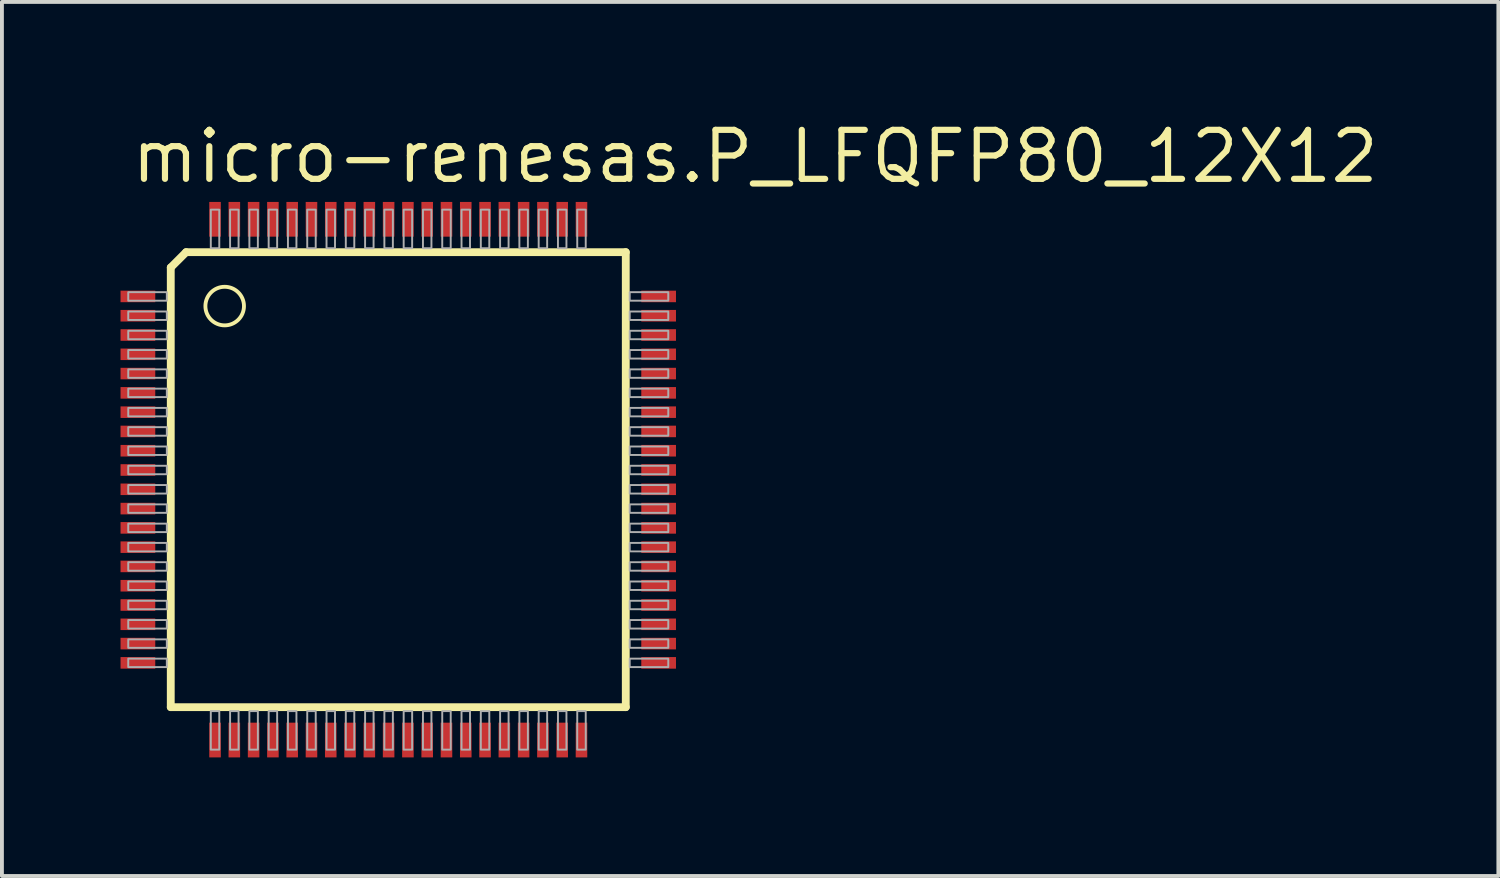
<source format=kicad_pcb>
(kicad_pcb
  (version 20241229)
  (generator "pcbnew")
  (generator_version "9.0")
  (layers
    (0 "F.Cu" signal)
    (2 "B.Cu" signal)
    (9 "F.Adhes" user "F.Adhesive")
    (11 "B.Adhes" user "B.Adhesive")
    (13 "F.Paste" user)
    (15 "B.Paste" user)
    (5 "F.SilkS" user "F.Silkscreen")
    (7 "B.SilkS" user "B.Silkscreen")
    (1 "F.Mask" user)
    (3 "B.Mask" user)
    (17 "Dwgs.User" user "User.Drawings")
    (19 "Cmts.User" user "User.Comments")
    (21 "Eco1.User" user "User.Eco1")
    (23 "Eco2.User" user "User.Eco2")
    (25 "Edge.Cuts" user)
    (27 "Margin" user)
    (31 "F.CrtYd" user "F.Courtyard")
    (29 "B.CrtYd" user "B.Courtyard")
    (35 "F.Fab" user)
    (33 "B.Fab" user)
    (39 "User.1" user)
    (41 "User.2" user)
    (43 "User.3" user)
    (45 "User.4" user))
  (footprint "micro-renesas.P_LFQFP80_12X12"
    (layer "F.Cu")
    (at 7.275 9.385)
    (property "Reference" "micro-renesas.P_LFQFP80_12X12" (at -7 -7.635 0) (layer "F.SilkS") (effects (font (size 1.27 1.27) (thickness 0.16)) (justify left bottom)))
    (attr smd)
    (fp_rect (start -7.25 -4.575) (end -6.25 -4.925) (stroke (width 0.05) (type default)) (fill yes) (layer "F.Mask"))
    (fp_rect (start -7.25 -4.075) (end -6.25 -4.425) (stroke (width 0.05) (type default)) (fill yes) (layer "F.Mask"))
    (fp_rect (start -7.25 -3.575) (end -6.25 -3.925) (stroke (width 0.05) (type default)) (fill yes) (layer "F.Mask"))
    (fp_rect (start -7.25 -3.075) (end -6.25 -3.425) (stroke (width 0.05) (type default)) (fill yes) (layer "F.Mask"))
    (fp_rect (start -7.25 -2.575) (end -6.25 -2.925) (stroke (width 0.05) (type default)) (fill yes) (layer "F.Mask"))
    (fp_rect (start -7.25 -2.075) (end -6.25 -2.425) (stroke (width 0.05) (type default)) (fill yes) (layer "F.Mask"))
    (fp_rect (start -7.25 -1.575) (end -6.25 -1.925) (stroke (width 0.05) (type default)) (fill yes) (layer "F.Mask"))
    (fp_rect (start -7.25 -1.075) (end -6.25 -1.425) (stroke (width 0.05) (type default)) (fill yes) (layer "F.Mask"))
    (fp_rect (start -7.25 -0.575) (end -6.25 -0.925) (stroke (width 0.05) (type default)) (fill yes) (layer "F.Mask"))
    (fp_rect (start -7.25 -0.075) (end -6.25 -0.425) (stroke (width 0.05) (type default)) (fill yes) (layer "F.Mask"))
    (fp_rect (start -7.25 0.425) (end -6.25 0.075) (stroke (width 0.05) (type default)) (fill yes) (layer "F.Mask"))
    (fp_rect (start -7.25 0.925) (end -6.25 0.575) (stroke (width 0.05) (type default)) (fill yes) (layer "F.Mask"))
    (fp_rect (start -7.25 1.425) (end -6.25 1.075) (stroke (width 0.05) (type default)) (fill yes) (layer "F.Mask"))
    (fp_rect (start -7.25 1.925) (end -6.25 1.575) (stroke (width 0.05) (type default)) (fill yes) (layer "F.Mask"))
    (fp_rect (start -7.25 2.425) (end -6.25 2.075) (stroke (width 0.05) (type default)) (fill yes) (layer "F.Mask"))
    (fp_rect (start -7.25 2.925) (end -6.25 2.575) (stroke (width 0.05) (type default)) (fill yes) (layer "F.Mask"))
    (fp_rect (start -7.25 3.425) (end -6.25 3.075) (stroke (width 0.05) (type default)) (fill yes) (layer "F.Mask"))
    (fp_rect (start -7.25 3.925) (end -6.25 3.575) (stroke (width 0.05) (type default)) (fill yes) (layer "F.Mask"))
    (fp_rect (start -7.25 4.425) (end -6.25 4.075) (stroke (width 0.05) (type default)) (fill yes) (layer "F.Mask"))
    (fp_rect (start -7.25 4.925) (end -6.25 4.575) (stroke (width 0.05) (type default)) (fill yes) (layer "F.Mask"))
    (fp_rect (start -4.925 -6.25) (end -4.575 -7.25) (stroke (width 0.05) (type default)) (fill yes) (layer "F.Mask"))
    (fp_rect (start -4.925 7.25) (end -4.575 6.25) (stroke (width 0.05) (type default)) (fill yes) (layer "F.Mask"))
    (fp_rect (start -4.425 -6.25) (end -4.075 -7.25) (stroke (width 0.05) (type default)) (fill yes) (layer "F.Mask"))
    (fp_rect (start -4.425 7.25) (end -4.075 6.25) (stroke (width 0.05) (type default)) (fill yes) (layer "F.Mask"))
    (fp_rect (start -3.925 -6.25) (end -3.575 -7.25) (stroke (width 0.05) (type default)) (fill yes) (layer "F.Mask"))
    (fp_rect (start -3.925 7.25) (end -3.575 6.25) (stroke (width 0.05) (type default)) (fill yes) (layer "F.Mask"))
    (fp_rect (start -3.425 -6.25) (end -3.075 -7.25) (stroke (width 0.05) (type default)) (fill yes) (layer "F.Mask"))
    (fp_rect (start -3.425 7.25) (end -3.075 6.25) (stroke (width 0.05) (type default)) (fill yes) (layer "F.Mask"))
    (fp_rect (start -2.925 -6.25) (end -2.575 -7.25) (stroke (width 0.05) (type default)) (fill yes) (layer "F.Mask"))
    (fp_rect (start -2.925 7.25) (end -2.575 6.25) (stroke (width 0.05) (type default)) (fill yes) (layer "F.Mask"))
    (fp_rect (start -2.425 -6.25) (end -2.075 -7.25) (stroke (width 0.05) (type default)) (fill yes) (layer "F.Mask"))
    (fp_rect (start -2.425 7.25) (end -2.075 6.25) (stroke (width 0.05) (type default)) (fill yes) (layer "F.Mask"))
    (fp_rect (start -1.925 -6.25) (end -1.575 -7.25) (stroke (width 0.05) (type default)) (fill yes) (layer "F.Mask"))
    (fp_rect (start -1.925 7.25) (end -1.575 6.25) (stroke (width 0.05) (type default)) (fill yes) (layer "F.Mask"))
    (fp_rect (start -1.425 -6.25) (end -1.075 -7.25) (stroke (width 0.05) (type default)) (fill yes) (layer "F.Mask"))
    (fp_rect (start -1.425 7.25) (end -1.075 6.25) (stroke (width 0.05) (type default)) (fill yes) (layer "F.Mask"))
    (fp_rect (start -0.925 -6.25) (end -0.575 -7.25) (stroke (width 0.05) (type default)) (fill yes) (layer "F.Mask"))
    (fp_rect (start -0.925 7.25) (end -0.575 6.25) (stroke (width 0.05) (type default)) (fill yes) (layer "F.Mask"))
    (fp_rect (start -0.425 -6.25) (end -0.075 -7.25) (stroke (width 0.05) (type default)) (fill yes) (layer "F.Mask"))
    (fp_rect (start -0.425 7.25) (end -0.075 6.25) (stroke (width 0.05) (type default)) (fill yes) (layer "F.Mask"))
    (fp_rect (start 0.075 -6.25) (end 0.425 -7.25) (stroke (width 0.05) (type default)) (fill yes) (layer "F.Mask"))
    (fp_rect (start 0.075 7.25) (end 0.425 6.25) (stroke (width 0.05) (type default)) (fill yes) (layer "F.Mask"))
    (fp_rect (start 0.575 -6.25) (end 0.925 -7.25) (stroke (width 0.05) (type default)) (fill yes) (layer "F.Mask"))
    (fp_rect (start 0.575 7.25) (end 0.925 6.25) (stroke (width 0.05) (type default)) (fill yes) (layer "F.Mask"))
    (fp_rect (start 1.075 -6.25) (end 1.425 -7.25) (stroke (width 0.05) (type default)) (fill yes) (layer "F.Mask"))
    (fp_rect (start 1.075 7.25) (end 1.425 6.25) (stroke (width 0.05) (type default)) (fill yes) (layer "F.Mask"))
    (fp_rect (start 1.575 -6.25) (end 1.925 -7.25) (stroke (width 0.05) (type default)) (fill yes) (layer "F.Mask"))
    (fp_rect (start 1.575 7.25) (end 1.925 6.25) (stroke (width 0.05) (type default)) (fill yes) (layer "F.Mask"))
    (fp_rect (start 2.075 -6.25) (end 2.425 -7.25) (stroke (width 0.05) (type default)) (fill yes) (layer "F.Mask"))
    (fp_rect (start 2.075 7.25) (end 2.425 6.25) (stroke (width 0.05) (type default)) (fill yes) (layer "F.Mask"))
    (fp_rect (start 2.575 -6.25) (end 2.925 -7.25) (stroke (width 0.05) (type default)) (fill yes) (layer "F.Mask"))
    (fp_rect (start 2.575 7.25) (end 2.925 6.25) (stroke (width 0.05) (type default)) (fill yes) (layer "F.Mask"))
    (fp_rect (start 3.075 -6.25) (end 3.425 -7.25) (stroke (width 0.05) (type default)) (fill yes) (layer "F.Mask"))
    (fp_rect (start 3.075 7.25) (end 3.425 6.25) (stroke (width 0.05) (type default)) (fill yes) (layer "F.Mask"))
    (fp_rect (start 3.575 -6.25) (end 3.925 -7.25) (stroke (width 0.05) (type default)) (fill yes) (layer "F.Mask"))
    (fp_rect (start 3.575 7.25) (end 3.925 6.25) (stroke (width 0.05) (type default)) (fill yes) (layer "F.Mask"))
    (fp_rect (start 4.075 -6.25) (end 4.425 -7.25) (stroke (width 0.05) (type default)) (fill yes) (layer "F.Mask"))
    (fp_rect (start 4.075 7.25) (end 4.425 6.25) (stroke (width 0.05) (type default)) (fill yes) (layer "F.Mask"))
    (fp_rect (start 4.575 -6.25) (end 4.925 -7.25) (stroke (width 0.05) (type default)) (fill yes) (layer "F.Mask"))
    (fp_rect (start 4.575 7.25) (end 4.925 6.25) (stroke (width 0.05) (type default)) (fill yes) (layer "F.Mask"))
    (fp_rect (start 6.25 -4.575) (end 7.25 -4.925) (stroke (width 0.05) (type default)) (fill yes) (layer "F.Mask"))
    (fp_rect (start 6.25 -4.075) (end 7.25 -4.425) (stroke (width 0.05) (type default)) (fill yes) (layer "F.Mask"))
    (fp_rect (start 6.25 -3.575) (end 7.25 -3.925) (stroke (width 0.05) (type default)) (fill yes) (layer "F.Mask"))
    (fp_rect (start 6.25 -3.075) (end 7.25 -3.425) (stroke (width 0.05) (type default)) (fill yes) (layer "F.Mask"))
    (fp_rect (start 6.25 -2.575) (end 7.25 -2.925) (stroke (width 0.05) (type default)) (fill yes) (layer "F.Mask"))
    (fp_rect (start 6.25 -2.075) (end 7.25 -2.425) (stroke (width 0.05) (type default)) (fill yes) (layer "F.Mask"))
    (fp_rect (start 6.25 -1.575) (end 7.25 -1.925) (stroke (width 0.05) (type default)) (fill yes) (layer "F.Mask"))
    (fp_rect (start 6.25 -1.075) (end 7.25 -1.425) (stroke (width 0.05) (type default)) (fill yes) (layer "F.Mask"))
    (fp_rect (start 6.25 -0.575) (end 7.25 -0.925) (stroke (width 0.05) (type default)) (fill yes) (layer "F.Mask"))
    (fp_rect (start 6.25 -0.075) (end 7.25 -0.425) (stroke (width 0.05) (type default)) (fill yes) (layer "F.Mask"))
    (fp_rect (start 6.25 0.425) (end 7.25 0.075) (stroke (width 0.05) (type default)) (fill yes) (layer "F.Mask"))
    (fp_rect (start 6.25 0.925) (end 7.25 0.575) (stroke (width 0.05) (type default)) (fill yes) (layer "F.Mask"))
    (fp_rect (start 6.25 1.425) (end 7.25 1.075) (stroke (width 0.05) (type default)) (fill yes) (layer "F.Mask"))
    (fp_rect (start 6.25 1.925) (end 7.25 1.575) (stroke (width 0.05) (type default)) (fill yes) (layer "F.Mask"))
    (fp_rect (start 6.25 2.425) (end 7.25 2.075) (stroke (width 0.05) (type default)) (fill yes) (layer "F.Mask"))
    (fp_rect (start 6.25 2.925) (end 7.25 2.575) (stroke (width 0.05) (type default)) (fill yes) (layer "F.Mask"))
    (fp_rect (start 6.25 3.425) (end 7.25 3.075) (stroke (width 0.05) (type default)) (fill yes) (layer "F.Mask"))
    (fp_rect (start 6.25 3.925) (end 7.25 3.575) (stroke (width 0.05) (type default)) (fill yes) (layer "F.Mask"))
    (fp_rect (start 6.25 4.425) (end 7.25 4.075) (stroke (width 0.05) (type default)) (fill yes) (layer "F.Mask"))
    (fp_rect (start 6.25 4.925) (end 7.25 4.575) (stroke (width 0.05) (type default)) (fill yes) (layer "F.Mask"))
    (fp_line (start -5.898 -5.5) (end -5.898 5.898) (stroke (width 0.203) (type default)) (layer "F.SilkS"))
    (fp_line (start -5.898 -5.5) (end -5.5 -5.898) (stroke (width 0.203) (type default)) (layer "F.SilkS"))
    (fp_line (start -5.898 5.898) (end 5.898 5.898) (stroke (width 0.203) (type default)) (layer "F.SilkS"))
    (fp_line (start 5.898 -5.898) (end -5.5 -5.898) (stroke (width 0.203) (type default)) (layer "F.SilkS"))
    (fp_line (start 5.898 5.898) (end 5.898 -5.898) (stroke (width 0.203) (type default)) (layer "F.SilkS"))
    (fp_circle (center -4.5 -4.5) (end -4 -4.5) (stroke (width 0.1) (type default)) (fill no) (layer "F.SilkS"))
    (fp_rect (start -7.175 -4.612) (end -6.325 -4.888) (stroke (width 0.05) (type default)) (fill yes) (layer "F.Paste"))
    (fp_rect (start -7.175 -4.112) (end -6.325 -4.388) (stroke (width 0.05) (type default)) (fill yes) (layer "F.Paste"))
    (fp_rect (start -7.175 -3.612) (end -6.325 -3.888) (stroke (width 0.05) (type default)) (fill yes) (layer "F.Paste"))
    (fp_rect (start -7.175 -3.112) (end -6.325 -3.388) (stroke (width 0.05) (type default)) (fill yes) (layer "F.Paste"))
    (fp_rect (start -7.175 -2.612) (end -6.325 -2.888) (stroke (width 0.05) (type default)) (fill yes) (layer "F.Paste"))
    (fp_rect (start -7.175 -2.112) (end -6.325 -2.388) (stroke (width 0.05) (type default)) (fill yes) (layer "F.Paste"))
    (fp_rect (start -7.175 -1.613) (end -6.325 -1.887) (stroke (width 0.05) (type default)) (fill yes) (layer "F.Paste"))
    (fp_rect (start -7.175 -1.113) (end -6.325 -1.387) (stroke (width 0.05) (type default)) (fill yes) (layer "F.Paste"))
    (fp_rect (start -7.175 -0.613) (end -6.325 -0.887) (stroke (width 0.05) (type default)) (fill yes) (layer "F.Paste"))
    (fp_rect (start -7.175 -0.113) (end -6.325 -0.388) (stroke (width 0.05) (type default)) (fill yes) (layer "F.Paste"))
    (fp_rect (start -7.175 0.388) (end -6.325 0.113) (stroke (width 0.05) (type default)) (fill yes) (layer "F.Paste"))
    (fp_rect (start -7.175 0.887) (end -6.325 0.613) (stroke (width 0.05) (type default)) (fill yes) (layer "F.Paste"))
    (fp_rect (start -7.175 1.387) (end -6.325 1.113) (stroke (width 0.05) (type default)) (fill yes) (layer "F.Paste"))
    (fp_rect (start -7.175 1.887) (end -6.325 1.613) (stroke (width 0.05) (type default)) (fill yes) (layer "F.Paste"))
    (fp_rect (start -7.175 2.388) (end -6.325 2.112) (stroke (width 0.05) (type default)) (fill yes) (layer "F.Paste"))
    (fp_rect (start -7.175 2.888) (end -6.325 2.612) (stroke (width 0.05) (type default)) (fill yes) (layer "F.Paste"))
    (fp_rect (start -7.175 3.388) (end -6.325 3.112) (stroke (width 0.05) (type default)) (fill yes) (layer "F.Paste"))
    (fp_rect (start -7.175 3.888) (end -6.325 3.612) (stroke (width 0.05) (type default)) (fill yes) (layer "F.Paste"))
    (fp_rect (start -7.175 4.388) (end -6.325 4.112) (stroke (width 0.05) (type default)) (fill yes) (layer "F.Paste"))
    (fp_rect (start -7.175 4.888) (end -6.325 4.612) (stroke (width 0.05) (type default)) (fill yes) (layer "F.Paste"))
    (fp_rect (start -4.888 -6.325) (end -4.612 -7.175) (stroke (width 0.05) (type default)) (fill yes) (layer "F.Paste"))
    (fp_rect (start -4.888 7.175) (end -4.612 6.325) (stroke (width 0.05) (type default)) (fill yes) (layer "F.Paste"))
    (fp_rect (start -4.388 -6.325) (end -4.112 -7.175) (stroke (width 0.05) (type default)) (fill yes) (layer "F.Paste"))
    (fp_rect (start -4.388 7.175) (end -4.112 6.325) (stroke (width 0.05) (type default)) (fill yes) (layer "F.Paste"))
    (fp_rect (start -3.888 -6.325) (end -3.612 -7.175) (stroke (width 0.05) (type default)) (fill yes) (layer "F.Paste"))
    (fp_rect (start -3.888 7.175) (end -3.612 6.325) (stroke (width 0.05) (type default)) (fill yes) (layer "F.Paste"))
    (fp_rect (start -3.388 -6.325) (end -3.112 -7.175) (stroke (width 0.05) (type default)) (fill yes) (layer "F.Paste"))
    (fp_rect (start -3.388 7.175) (end -3.112 6.325) (stroke (width 0.05) (type default)) (fill yes) (layer "F.Paste"))
    (fp_rect (start -2.888 -6.325) (end -2.612 -7.175) (stroke (width 0.05) (type default)) (fill yes) (layer "F.Paste"))
    (fp_rect (start -2.888 7.175) (end -2.612 6.325) (stroke (width 0.05) (type default)) (fill yes) (layer "F.Paste"))
    (fp_rect (start -2.388 -6.325) (end -2.112 -7.175) (stroke (width 0.05) (type default)) (fill yes) (layer "F.Paste"))
    (fp_rect (start -2.388 7.175) (end -2.112 6.325) (stroke (width 0.05) (type default)) (fill yes) (layer "F.Paste"))
    (fp_rect (start -1.887 -6.325) (end -1.613 -7.175) (stroke (width 0.05) (type default)) (fill yes) (layer "F.Paste"))
    (fp_rect (start -1.887 7.175) (end -1.613 6.325) (stroke (width 0.05) (type default)) (fill yes) (layer "F.Paste"))
    (fp_rect (start -1.387 -6.325) (end -1.113 -7.175) (stroke (width 0.05) (type default)) (fill yes) (layer "F.Paste"))
    (fp_rect (start -1.387 7.175) (end -1.113 6.325) (stroke (width 0.05) (type default)) (fill yes) (layer "F.Paste"))
    (fp_rect (start -0.887 -6.325) (end -0.613 -7.175) (stroke (width 0.05) (type default)) (fill yes) (layer "F.Paste"))
    (fp_rect (start -0.887 7.175) (end -0.613 6.325) (stroke (width 0.05) (type default)) (fill yes) (layer "F.Paste"))
    (fp_rect (start -0.388 -6.325) (end -0.113 -7.175) (stroke (width 0.05) (type default)) (fill yes) (layer "F.Paste"))
    (fp_rect (start -0.388 7.175) (end -0.113 6.325) (stroke (width 0.05) (type default)) (fill yes) (layer "F.Paste"))
    (fp_rect (start 0.113 -6.325) (end 0.388 -7.175) (stroke (width 0.05) (type default)) (fill yes) (layer "F.Paste"))
    (fp_rect (start 0.113 7.175) (end 0.388 6.325) (stroke (width 0.05) (type default)) (fill yes) (layer "F.Paste"))
    (fp_rect (start 0.613 -6.325) (end 0.887 -7.175) (stroke (width 0.05) (type default)) (fill yes) (layer "F.Paste"))
    (fp_rect (start 0.613 7.175) (end 0.887 6.325) (stroke (width 0.05) (type default)) (fill yes) (layer "F.Paste"))
    (fp_rect (start 1.113 -6.325) (end 1.387 -7.175) (stroke (width 0.05) (type default)) (fill yes) (layer "F.Paste"))
    (fp_rect (start 1.113 7.175) (end 1.387 6.325) (stroke (width 0.05) (type default)) (fill yes) (layer "F.Paste"))
    (fp_rect (start 1.613 -6.325) (end 1.887 -7.175) (stroke (width 0.05) (type default)) (fill yes) (layer "F.Paste"))
    (fp_rect (start 1.613 7.175) (end 1.887 6.325) (stroke (width 0.05) (type default)) (fill yes) (layer "F.Paste"))
    (fp_rect (start 2.112 -6.325) (end 2.388 -7.175) (stroke (width 0.05) (type default)) (fill yes) (layer "F.Paste"))
    (fp_rect (start 2.112 7.175) (end 2.388 6.325) (stroke (width 0.05) (type default)) (fill yes) (layer "F.Paste"))
    (fp_rect (start 2.612 -6.325) (end 2.888 -7.175) (stroke (width 0.05) (type default)) (fill yes) (layer "F.Paste"))
    (fp_rect (start 2.612 7.175) (end 2.888 6.325) (stroke (width 0.05) (type default)) (fill yes) (layer "F.Paste"))
    (fp_rect (start 3.112 -6.325) (end 3.388 -7.175) (stroke (width 0.05) (type default)) (fill yes) (layer "F.Paste"))
    (fp_rect (start 3.112 7.175) (end 3.388 6.325) (stroke (width 0.05) (type default)) (fill yes) (layer "F.Paste"))
    (fp_rect (start 3.612 -6.325) (end 3.888 -7.175) (stroke (width 0.05) (type default)) (fill yes) (layer "F.Paste"))
    (fp_rect (start 3.612 7.175) (end 3.888 6.325) (stroke (width 0.05) (type default)) (fill yes) (layer "F.Paste"))
    (fp_rect (start 4.112 -6.325) (end 4.388 -7.175) (stroke (width 0.05) (type default)) (fill yes) (layer "F.Paste"))
    (fp_rect (start 4.112 7.175) (end 4.388 6.325) (stroke (width 0.05) (type default)) (fill yes) (layer "F.Paste"))
    (fp_rect (start 4.612 -6.325) (end 4.888 -7.175) (stroke (width 0.05) (type default)) (fill yes) (layer "F.Paste"))
    (fp_rect (start 4.612 7.175) (end 4.888 6.325) (stroke (width 0.05) (type default)) (fill yes) (layer "F.Paste"))
    (fp_rect (start 6.325 -4.612) (end 7.175 -4.888) (stroke (width 0.05) (type default)) (fill yes) (layer "F.Paste"))
    (fp_rect (start 6.325 -4.112) (end 7.175 -4.388) (stroke (width 0.05) (type default)) (fill yes) (layer "F.Paste"))
    (fp_rect (start 6.325 -3.612) (end 7.175 -3.888) (stroke (width 0.05) (type default)) (fill yes) (layer "F.Paste"))
    (fp_rect (start 6.325 -3.112) (end 7.175 -3.388) (stroke (width 0.05) (type default)) (fill yes) (layer "F.Paste"))
    (fp_rect (start 6.325 -2.612) (end 7.175 -2.888) (stroke (width 0.05) (type default)) (fill yes) (layer "F.Paste"))
    (fp_rect (start 6.325 -2.112) (end 7.175 -2.388) (stroke (width 0.05) (type default)) (fill yes) (layer "F.Paste"))
    (fp_rect (start 6.325 -1.613) (end 7.175 -1.887) (stroke (width 0.05) (type default)) (fill yes) (layer "F.Paste"))
    (fp_rect (start 6.325 -1.113) (end 7.175 -1.387) (stroke (width 0.05) (type default)) (fill yes) (layer "F.Paste"))
    (fp_rect (start 6.325 -0.613) (end 7.175 -0.887) (stroke (width 0.05) (type default)) (fill yes) (layer "F.Paste"))
    (fp_rect (start 6.325 -0.113) (end 7.175 -0.388) (stroke (width 0.05) (type default)) (fill yes) (layer "F.Paste"))
    (fp_rect (start 6.325 0.388) (end 7.175 0.113) (stroke (width 0.05) (type default)) (fill yes) (layer "F.Paste"))
    (fp_rect (start 6.325 0.887) (end 7.175 0.613) (stroke (width 0.05) (type default)) (fill yes) (layer "F.Paste"))
    (fp_rect (start 6.325 1.387) (end 7.175 1.113) (stroke (width 0.05) (type default)) (fill yes) (layer "F.Paste"))
    (fp_rect (start 6.325 1.887) (end 7.175 1.613) (stroke (width 0.05) (type default)) (fill yes) (layer "F.Paste"))
    (fp_rect (start 6.325 2.388) (end 7.175 2.112) (stroke (width 0.05) (type default)) (fill yes) (layer "F.Paste"))
    (fp_rect (start 6.325 2.888) (end 7.175 2.612) (stroke (width 0.05) (type default)) (fill yes) (layer "F.Paste"))
    (fp_rect (start 6.325 3.388) (end 7.175 3.112) (stroke (width 0.05) (type default)) (fill yes) (layer "F.Paste"))
    (fp_rect (start 6.325 3.888) (end 7.175 3.612) (stroke (width 0.05) (type default)) (fill yes) (layer "F.Paste"))
    (fp_rect (start 6.325 4.388) (end 7.175 4.112) (stroke (width 0.05) (type default)) (fill yes) (layer "F.Paste"))
    (fp_rect (start 6.325 4.888) (end 7.175 4.612) (stroke (width 0.05) (type default)) (fill yes) (layer "F.Paste"))
    (fp_rect (start -7 -4.64) (end -6 -4.86) (stroke (width 0.05) (type default)) (fill no) (layer "F.Fab"))
    (fp_rect (start -7 -4.14) (end -6 -4.36) (stroke (width 0.05) (type default)) (fill no) (layer "F.Fab"))
    (fp_rect (start -7 -3.64) (end -6 -3.86) (stroke (width 0.05) (type default)) (fill no) (layer "F.Fab"))
    (fp_rect (start -7 -3.14) (end -6 -3.36) (stroke (width 0.05) (type default)) (fill no) (layer "F.Fab"))
    (fp_rect (start -7 -2.64) (end -6 -2.86) (stroke (width 0.05) (type default)) (fill no) (layer "F.Fab"))
    (fp_rect (start -7 -2.14) (end -6 -2.36) (stroke (width 0.05) (type default)) (fill no) (layer "F.Fab"))
    (fp_rect (start -7 -1.64) (end -6 -1.86) (stroke (width 0.05) (type default)) (fill no) (layer "F.Fab"))
    (fp_rect (start -7 -1.14) (end -6 -1.36) (stroke (width 0.05) (type default)) (fill no) (layer "F.Fab"))
    (fp_rect (start -7 -0.64) (end -6 -0.86) (stroke (width 0.05) (type default)) (fill no) (layer "F.Fab"))
    (fp_rect (start -7 -0.14) (end -6 -0.36) (stroke (width 0.05) (type default)) (fill no) (layer "F.Fab"))
    (fp_rect (start -7 0.36) (end -6 0.14) (stroke (width 0.05) (type default)) (fill no) (layer "F.Fab"))
    (fp_rect (start -7 0.86) (end -6 0.64) (stroke (width 0.05) (type default)) (fill no) (layer "F.Fab"))
    (fp_rect (start -7 1.36) (end -6 1.14) (stroke (width 0.05) (type default)) (fill no) (layer "F.Fab"))
    (fp_rect (start -7 1.86) (end -6 1.64) (stroke (width 0.05) (type default)) (fill no) (layer "F.Fab"))
    (fp_rect (start -7 2.36) (end -6 2.14) (stroke (width 0.05) (type default)) (fill no) (layer "F.Fab"))
    (fp_rect (start -7 2.86) (end -6 2.64) (stroke (width 0.05) (type default)) (fill no) (layer "F.Fab"))
    (fp_rect (start -7 3.36) (end -6 3.14) (stroke (width 0.05) (type default)) (fill no) (layer "F.Fab"))
    (fp_rect (start -7 3.86) (end -6 3.64) (stroke (width 0.05) (type default)) (fill no) (layer "F.Fab"))
    (fp_rect (start -7 4.36) (end -6 4.14) (stroke (width 0.05) (type default)) (fill no) (layer "F.Fab"))
    (fp_rect (start -7 4.86) (end -6 4.64) (stroke (width 0.05) (type default)) (fill no) (layer "F.Fab"))
    (fp_rect (start -4.86 -6) (end -4.64 -7) (stroke (width 0.05) (type default)) (fill no) (layer "F.Fab"))
    (fp_rect (start -4.86 7) (end -4.64 6) (stroke (width 0.05) (type default)) (fill no) (layer "F.Fab"))
    (fp_rect (start -4.36 -6) (end -4.14 -7) (stroke (width 0.05) (type default)) (fill no) (layer "F.Fab"))
    (fp_rect (start -4.36 7) (end -4.14 6) (stroke (width 0.05) (type default)) (fill no) (layer "F.Fab"))
    (fp_rect (start -3.86 -6) (end -3.64 -7) (stroke (width 0.05) (type default)) (fill no) (layer "F.Fab"))
    (fp_rect (start -3.86 7) (end -3.64 6) (stroke (width 0.05) (type default)) (fill no) (layer "F.Fab"))
    (fp_rect (start -3.36 -6) (end -3.14 -7) (stroke (width 0.05) (type default)) (fill no) (layer "F.Fab"))
    (fp_rect (start -3.36 7) (end -3.14 6) (stroke (width 0.05) (type default)) (fill no) (layer "F.Fab"))
    (fp_rect (start -2.86 -6) (end -2.64 -7) (stroke (width 0.05) (type default)) (fill no) (layer "F.Fab"))
    (fp_rect (start -2.86 7) (end -2.64 6) (stroke (width 0.05) (type default)) (fill no) (layer "F.Fab"))
    (fp_rect (start -2.36 -6) (end -2.14 -7) (stroke (width 0.05) (type default)) (fill no) (layer "F.Fab"))
    (fp_rect (start -2.36 7) (end -2.14 6) (stroke (width 0.05) (type default)) (fill no) (layer "F.Fab"))
    (fp_rect (start -1.86 -6) (end -1.64 -7) (stroke (width 0.05) (type default)) (fill no) (layer "F.Fab"))
    (fp_rect (start -1.86 7) (end -1.64 6) (stroke (width 0.05) (type default)) (fill no) (layer "F.Fab"))
    (fp_rect (start -1.36 -6) (end -1.14 -7) (stroke (width 0.05) (type default)) (fill no) (layer "F.Fab"))
    (fp_rect (start -1.36 7) (end -1.14 6) (stroke (width 0.05) (type default)) (fill no) (layer "F.Fab"))
    (fp_rect (start -0.86 -6) (end -0.64 -7) (stroke (width 0.05) (type default)) (fill no) (layer "F.Fab"))
    (fp_rect (start -0.86 7) (end -0.64 6) (stroke (width 0.05) (type default)) (fill no) (layer "F.Fab"))
    (fp_rect (start -0.36 -6) (end -0.14 -7) (stroke (width 0.05) (type default)) (fill no) (layer "F.Fab"))
    (fp_rect (start -0.36 7) (end -0.14 6) (stroke (width 0.05) (type default)) (fill no) (layer "F.Fab"))
    (fp_rect (start 0.14 -6) (end 0.36 -7) (stroke (width 0.05) (type default)) (fill no) (layer "F.Fab"))
    (fp_rect (start 0.14 7) (end 0.36 6) (stroke (width 0.05) (type default)) (fill no) (layer "F.Fab"))
    (fp_rect (start 0.64 -6) (end 0.86 -7) (stroke (width 0.05) (type default)) (fill no) (layer "F.Fab"))
    (fp_rect (start 0.64 7) (end 0.86 6) (stroke (width 0.05) (type default)) (fill no) (layer "F.Fab"))
    (fp_rect (start 1.14 -6) (end 1.36 -7) (stroke (width 0.05) (type default)) (fill no) (layer "F.Fab"))
    (fp_rect (start 1.14 7) (end 1.36 6) (stroke (width 0.05) (type default)) (fill no) (layer "F.Fab"))
    (fp_rect (start 1.64 -6) (end 1.86 -7) (stroke (width 0.05) (type default)) (fill no) (layer "F.Fab"))
    (fp_rect (start 1.64 7) (end 1.86 6) (stroke (width 0.05) (type default)) (fill no) (layer "F.Fab"))
    (fp_rect (start 2.14 -6) (end 2.36 -7) (stroke (width 0.05) (type default)) (fill no) (layer "F.Fab"))
    (fp_rect (start 2.14 7) (end 2.36 6) (stroke (width 0.05) (type default)) (fill no) (layer "F.Fab"))
    (fp_rect (start 2.64 -6) (end 2.86 -7) (stroke (width 0.05) (type default)) (fill no) (layer "F.Fab"))
    (fp_rect (start 2.64 7) (end 2.86 6) (stroke (width 0.05) (type default)) (fill no) (layer "F.Fab"))
    (fp_rect (start 3.14 -6) (end 3.36 -7) (stroke (width 0.05) (type default)) (fill no) (layer "F.Fab"))
    (fp_rect (start 3.14 7) (end 3.36 6) (stroke (width 0.05) (type default)) (fill no) (layer "F.Fab"))
    (fp_rect (start 3.64 -6) (end 3.86 -7) (stroke (width 0.05) (type default)) (fill no) (layer "F.Fab"))
    (fp_rect (start 3.64 7) (end 3.86 6) (stroke (width 0.05) (type default)) (fill no) (layer "F.Fab"))
    (fp_rect (start 4.14 -6) (end 4.36 -7) (stroke (width 0.05) (type default)) (fill no) (layer "F.Fab"))
    (fp_rect (start 4.14 7) (end 4.36 6) (stroke (width 0.05) (type default)) (fill no) (layer "F.Fab"))
    (fp_rect (start 4.64 -6) (end 4.86 -7) (stroke (width 0.05) (type default)) (fill no) (layer "F.Fab"))
    (fp_rect (start 4.64 7) (end 4.86 6) (stroke (width 0.05) (type default)) (fill no) (layer "F.Fab"))
    (fp_rect (start 6 -4.64) (end 7 -4.86) (stroke (width 0.05) (type default)) (fill no) (layer "F.Fab"))
    (fp_rect (start 6 -4.14) (end 7 -4.36) (stroke (width 0.05) (type default)) (fill no) (layer "F.Fab"))
    (fp_rect (start 6 -3.64) (end 7 -3.86) (stroke (width 0.05) (type default)) (fill no) (layer "F.Fab"))
    (fp_rect (start 6 -3.14) (end 7 -3.36) (stroke (width 0.05) (type default)) (fill no) (layer "F.Fab"))
    (fp_rect (start 6 -2.64) (end 7 -2.86) (stroke (width 0.05) (type default)) (fill no) (layer "F.Fab"))
    (fp_rect (start 6 -2.14) (end 7 -2.36) (stroke (width 0.05) (type default)) (fill no) (layer "F.Fab"))
    (fp_rect (start 6 -1.64) (end 7 -1.86) (stroke (width 0.05) (type default)) (fill no) (layer "F.Fab"))
    (fp_rect (start 6 -1.14) (end 7 -1.36) (stroke (width 0.05) (type default)) (fill no) (layer "F.Fab"))
    (fp_rect (start 6 -0.64) (end 7 -0.86) (stroke (width 0.05) (type default)) (fill no) (layer "F.Fab"))
    (fp_rect (start 6 -0.14) (end 7 -0.36) (stroke (width 0.05) (type default)) (fill no) (layer "F.Fab"))
    (fp_rect (start 6 0.36) (end 7 0.14) (stroke (width 0.05) (type default)) (fill no) (layer "F.Fab"))
    (fp_rect (start 6 0.86) (end 7 0.64) (stroke (width 0.05) (type default)) (fill no) (layer "F.Fab"))
    (fp_rect (start 6 1.36) (end 7 1.14) (stroke (width 0.05) (type default)) (fill no) (layer "F.Fab"))
    (fp_rect (start 6 1.86) (end 7 1.64) (stroke (width 0.05) (type default)) (fill no) (layer "F.Fab"))
    (fp_rect (start 6 2.36) (end 7 2.14) (stroke (width 0.05) (type default)) (fill no) (layer "F.Fab"))
    (fp_rect (start 6 2.86) (end 7 2.64) (stroke (width 0.05) (type default)) (fill no) (layer "F.Fab"))
    (fp_rect (start 6 3.36) (end 7 3.14) (stroke (width 0.05) (type default)) (fill no) (layer "F.Fab"))
    (fp_rect (start 6 3.86) (end 7 3.64) (stroke (width 0.05) (type default)) (fill no) (layer "F.Fab"))
    (fp_rect (start 6 4.36) (end 7 4.14) (stroke (width 0.05) (type default)) (fill no) (layer "F.Fab"))
    (fp_rect (start 6 4.86) (end 7 4.64) (stroke (width 0.05) (type default)) (fill no) (layer "F.Fab"))
    (pad "1" smd roundrect (at -6.75 -4.75) (size 0.9 0.3) (layers "F.Cu" "F.Mask" "F.Paste") (roundrect_rratio 0.01))
    (pad "2" smd roundrect (at -6.75 -4.25) (size 0.9 0.3) (layers "F.Cu" "F.Mask" "F.Paste") (roundrect_rratio 0.01))
    (pad "3" smd roundrect (at -6.75 -3.75) (size 0.9 0.3) (layers "F.Cu" "F.Mask" "F.Paste") (roundrect_rratio 0.01))
    (pad "4" smd roundrect (at -6.75 -3.25) (size 0.9 0.3) (layers "F.Cu" "F.Mask" "F.Paste") (roundrect_rratio 0.01))
    (pad "5" smd roundrect (at -6.75 -2.75) (size 0.9 0.3) (layers "F.Cu" "F.Mask" "F.Paste") (roundrect_rratio 0.01))
    (pad "6" smd roundrect (at -6.75 -2.25) (size 0.9 0.3) (layers "F.Cu" "F.Mask" "F.Paste") (roundrect_rratio 0.01))
    (pad "7" smd roundrect (at -6.75 -1.75) (size 0.9 0.3) (layers "F.Cu" "F.Mask" "F.Paste") (roundrect_rratio 0.01))
    (pad "8" smd roundrect (at -6.75 -1.25) (size 0.9 0.3) (layers "F.Cu" "F.Mask" "F.Paste") (roundrect_rratio 0.01))
    (pad "9" smd roundrect (at -6.75 -0.75) (size 0.9 0.3) (layers "F.Cu" "F.Mask" "F.Paste") (roundrect_rratio 0.01))
    (pad "10" smd roundrect (at -6.75 -0.25) (size 0.9 0.3) (layers "F.Cu" "F.Mask" "F.Paste") (roundrect_rratio 0.01))
    (pad "11" smd roundrect (at -6.75 0.25) (size 0.9 0.3) (layers "F.Cu" "F.Mask" "F.Paste") (roundrect_rratio 0.01))
    (pad "12" smd roundrect (at -6.75 0.75) (size 0.9 0.3) (layers "F.Cu" "F.Mask" "F.Paste") (roundrect_rratio 0.01))
    (pad "13" smd roundrect (at -6.75 1.25) (size 0.9 0.3) (layers "F.Cu" "F.Mask" "F.Paste") (roundrect_rratio 0.01))
    (pad "14" smd roundrect (at -6.75 1.75) (size 0.9 0.3) (layers "F.Cu" "F.Mask" "F.Paste") (roundrect_rratio 0.01))
    (pad "15" smd roundrect (at -6.75 2.25) (size 0.9 0.3) (layers "F.Cu" "F.Mask" "F.Paste") (roundrect_rratio 0.01))
    (pad "16" smd roundrect (at -6.75 2.75) (size 0.9 0.3) (layers "F.Cu" "F.Mask" "F.Paste") (roundrect_rratio 0.01))
    (pad "17" smd roundrect (at -6.75 3.25) (size 0.9 0.3) (layers "F.Cu" "F.Mask" "F.Paste") (roundrect_rratio 0.01))
    (pad "18" smd roundrect (at -6.75 3.75) (size 0.9 0.3) (layers "F.Cu" "F.Mask" "F.Paste") (roundrect_rratio 0.01))
    (pad "19" smd roundrect (at -6.75 4.25) (size 0.9 0.3) (layers "F.Cu" "F.Mask" "F.Paste") (roundrect_rratio 0.01))
    (pad "20" smd roundrect (at -6.75 4.75) (size 0.9 0.3) (layers "F.Cu" "F.Mask" "F.Paste") (roundrect_rratio 0.01))
    (pad "21" smd roundrect (at -4.75 6.75) (size 0.3 0.9) (layers "F.Cu" "F.Mask" "F.Paste") (roundrect_rratio 0.01))
    (pad "22" smd roundrect (at -4.25 6.75) (size 0.3 0.9) (layers "F.Cu" "F.Mask" "F.Paste") (roundrect_rratio 0.01))
    (pad "23" smd roundrect (at -3.75 6.75) (size 0.3 0.9) (layers "F.Cu" "F.Mask" "F.Paste") (roundrect_rratio 0.01))
    (pad "24" smd roundrect (at -3.25 6.75) (size 0.3 0.9) (layers "F.Cu" "F.Mask" "F.Paste") (roundrect_rratio 0.01))
    (pad "25" smd roundrect (at -2.75 6.75) (size 0.3 0.9) (layers "F.Cu" "F.Mask" "F.Paste") (roundrect_rratio 0.01))
    (pad "26" smd roundrect (at -2.25 6.75) (size 0.3 0.9) (layers "F.Cu" "F.Mask" "F.Paste") (roundrect_rratio 0.01))
    (pad "27" smd roundrect (at -1.75 6.75) (size 0.3 0.9) (layers "F.Cu" "F.Mask" "F.Paste") (roundrect_rratio 0.01))
    (pad "28" smd roundrect (at -1.25 6.75) (size 0.3 0.9) (layers "F.Cu" "F.Mask" "F.Paste") (roundrect_rratio 0.01))
    (pad "29" smd roundrect (at -0.75 6.75) (size 0.3 0.9) (layers "F.Cu" "F.Mask" "F.Paste") (roundrect_rratio 0.01))
    (pad "30" smd roundrect (at -0.25 6.75) (size 0.3 0.9) (layers "F.Cu" "F.Mask" "F.Paste") (roundrect_rratio 0.01))
    (pad "31" smd roundrect (at 0.25 6.75) (size 0.3 0.9) (layers "F.Cu" "F.Mask" "F.Paste") (roundrect_rratio 0.01))
    (pad "32" smd roundrect (at 0.75 6.75) (size 0.3 0.9) (layers "F.Cu" "F.Mask" "F.Paste") (roundrect_rratio 0.01))
    (pad "33" smd roundrect (at 1.25 6.75) (size 0.3 0.9) (layers "F.Cu" "F.Mask" "F.Paste") (roundrect_rratio 0.01))
    (pad "34" smd roundrect (at 1.75 6.75) (size 0.3 0.9) (layers "F.Cu" "F.Mask" "F.Paste") (roundrect_rratio 0.01))
    (pad "35" smd roundrect (at 2.25 6.75) (size 0.3 0.9) (layers "F.Cu" "F.Mask" "F.Paste") (roundrect_rratio 0.01))
    (pad "36" smd roundrect (at 2.75 6.75) (size 0.3 0.9) (layers "F.Cu" "F.Mask" "F.Paste") (roundrect_rratio 0.01))
    (pad "37" smd roundrect (at 3.25 6.75) (size 0.3 0.9) (layers "F.Cu" "F.Mask" "F.Paste") (roundrect_rratio 0.01))
    (pad "38" smd roundrect (at 3.75 6.75) (size 0.3 0.9) (layers "F.Cu" "F.Mask" "F.Paste") (roundrect_rratio 0.01))
    (pad "39" smd roundrect (at 4.25 6.75) (size 0.3 0.9) (layers "F.Cu" "F.Mask" "F.Paste") (roundrect_rratio 0.01))
    (pad "40" smd roundrect (at 4.75 6.75) (size 0.3 0.9) (layers "F.Cu" "F.Mask" "F.Paste") (roundrect_rratio 0.01))
    (pad "41" smd roundrect (at 6.75 4.75) (size 0.9 0.3) (layers "F.Cu" "F.Mask" "F.Paste") (roundrect_rratio 0.01))
    (pad "42" smd roundrect (at 6.75 4.25) (size 0.9 0.3) (layers "F.Cu" "F.Mask" "F.Paste") (roundrect_rratio 0.01))
    (pad "43" smd roundrect (at 6.75 3.75) (size 0.9 0.3) (layers "F.Cu" "F.Mask" "F.Paste") (roundrect_rratio 0.01))
    (pad "44" smd roundrect (at 6.75 3.25) (size 0.9 0.3) (layers "F.Cu" "F.Mask" "F.Paste") (roundrect_rratio 0.01))
    (pad "45" smd roundrect (at 6.75 2.75) (size 0.9 0.3) (layers "F.Cu" "F.Mask" "F.Paste") (roundrect_rratio 0.01))
    (pad "46" smd roundrect (at 6.75 2.25) (size 0.9 0.3) (layers "F.Cu" "F.Mask" "F.Paste") (roundrect_rratio 0.01))
    (pad "47" smd roundrect (at 6.75 1.75) (size 0.9 0.3) (layers "F.Cu" "F.Mask" "F.Paste") (roundrect_rratio 0.01))
    (pad "48" smd roundrect (at 6.75 1.25) (size 0.9 0.3) (layers "F.Cu" "F.Mask" "F.Paste") (roundrect_rratio 0.01))
    (pad "49" smd roundrect (at 6.75 0.75) (size 0.9 0.3) (layers "F.Cu" "F.Mask" "F.Paste") (roundrect_rratio 0.01))
    (pad "50" smd roundrect (at 6.75 0.25) (size 0.9 0.3) (layers "F.Cu" "F.Mask" "F.Paste") (roundrect_rratio 0.01))
    (pad "51" smd roundrect (at 6.75 -0.25) (size 0.9 0.3) (layers "F.Cu" "F.Mask" "F.Paste") (roundrect_rratio 0.01))
    (pad "52" smd roundrect (at 6.75 -0.75) (size 0.9 0.3) (layers "F.Cu" "F.Mask" "F.Paste") (roundrect_rratio 0.01))
    (pad "53" smd roundrect (at 6.75 -1.25) (size 0.9 0.3) (layers "F.Cu" "F.Mask" "F.Paste") (roundrect_rratio 0.01))
    (pad "54" smd roundrect (at 6.75 -1.75) (size 0.9 0.3) (layers "F.Cu" "F.Mask" "F.Paste") (roundrect_rratio 0.01))
    (pad "55" smd roundrect (at 6.75 -2.25) (size 0.9 0.3) (layers "F.Cu" "F.Mask" "F.Paste") (roundrect_rratio 0.01))
    (pad "56" smd roundrect (at 6.75 -2.75) (size 0.9 0.3) (layers "F.Cu" "F.Mask" "F.Paste") (roundrect_rratio 0.01))
    (pad "57" smd roundrect (at 6.75 -3.25) (size 0.9 0.3) (layers "F.Cu" "F.Mask" "F.Paste") (roundrect_rratio 0.01))
    (pad "58" smd roundrect (at 6.75 -3.75) (size 0.9 0.3) (layers "F.Cu" "F.Mask" "F.Paste") (roundrect_rratio 0.01))
    (pad "59" smd roundrect (at 6.75 -4.25) (size 0.9 0.3) (layers "F.Cu" "F.Mask" "F.Paste") (roundrect_rratio 0.01))
    (pad "60" smd roundrect (at 6.75 -4.75) (size 0.9 0.3) (layers "F.Cu" "F.Mask" "F.Paste") (roundrect_rratio 0.01))
    (pad "61" smd roundrect (at 4.75 -6.75) (size 0.3 0.9) (layers "F.Cu" "F.Mask" "F.Paste") (roundrect_rratio 0.01))
    (pad "62" smd roundrect (at 4.25 -6.75) (size 0.3 0.9) (layers "F.Cu" "F.Mask" "F.Paste") (roundrect_rratio 0.01))
    (pad "63" smd roundrect (at 3.75 -6.75) (size 0.3 0.9) (layers "F.Cu" "F.Mask" "F.Paste") (roundrect_rratio 0.01))
    (pad "64" smd roundrect (at 3.25 -6.75) (size 0.3 0.9) (layers "F.Cu" "F.Mask" "F.Paste") (roundrect_rratio 0.01))
    (pad "65" smd roundrect (at 2.75 -6.75) (size 0.3 0.9) (layers "F.Cu" "F.Mask" "F.Paste") (roundrect_rratio 0.01))
    (pad "66" smd roundrect (at 2.25 -6.75) (size 0.3 0.9) (layers "F.Cu" "F.Mask" "F.Paste") (roundrect_rratio 0.01))
    (pad "67" smd roundrect (at 1.75 -6.75) (size 0.3 0.9) (layers "F.Cu" "F.Mask" "F.Paste") (roundrect_rratio 0.01))
    (pad "68" smd roundrect (at 1.25 -6.75) (size 0.3 0.9) (layers "F.Cu" "F.Mask" "F.Paste") (roundrect_rratio 0.01))
    (pad "69" smd roundrect (at 0.75 -6.75) (size 0.3 0.9) (layers "F.Cu" "F.Mask" "F.Paste") (roundrect_rratio 0.01))
    (pad "70" smd roundrect (at 0.25 -6.75) (size 0.3 0.9) (layers "F.Cu" "F.Mask" "F.Paste") (roundrect_rratio 0.01))
    (pad "71" smd roundrect (at -0.25 -6.75) (size 0.3 0.9) (layers "F.Cu" "F.Mask" "F.Paste") (roundrect_rratio 0.01))
    (pad "72" smd roundrect (at -0.75 -6.75) (size 0.3 0.9) (layers "F.Cu" "F.Mask" "F.Paste") (roundrect_rratio 0.01))
    (pad "73" smd roundrect (at -1.25 -6.75) (size 0.3 0.9) (layers "F.Cu" "F.Mask" "F.Paste") (roundrect_rratio 0.01))
    (pad "74" smd roundrect (at -1.75 -6.75) (size 0.3 0.9) (layers "F.Cu" "F.Mask" "F.Paste") (roundrect_rratio 0.01))
    (pad "75" smd roundrect (at -2.25 -6.75) (size 0.3 0.9) (layers "F.Cu" "F.Mask" "F.Paste") (roundrect_rratio 0.01))
    (pad "76" smd roundrect (at -2.75 -6.75) (size 0.3 0.9) (layers "F.Cu" "F.Mask" "F.Paste") (roundrect_rratio 0.01))
    (pad "77" smd roundrect (at -3.25 -6.75) (size 0.3 0.9) (layers "F.Cu" "F.Mask" "F.Paste") (roundrect_rratio 0.01))
    (pad "78" smd roundrect (at -3.75 -6.75) (size 0.3 0.9) (layers "F.Cu" "F.Mask" "F.Paste") (roundrect_rratio 0.01))
    (pad "79" smd roundrect (at -4.25 -6.75) (size 0.3 0.9) (layers "F.Cu" "F.Mask" "F.Paste") (roundrect_rratio 0.01))
    (pad "80" smd roundrect (at -4.75 -6.75) (size 0.3 0.9) (layers "F.Cu" "F.Mask" "F.Paste") (roundrect_rratio 0.01)))
  (gr_rect
    (start -3 -3)
    (end 35.795 19.66)
    (stroke (width 0.1) (type default))
    (fill no)
    (layer "Edge.Cuts")))
</source>
